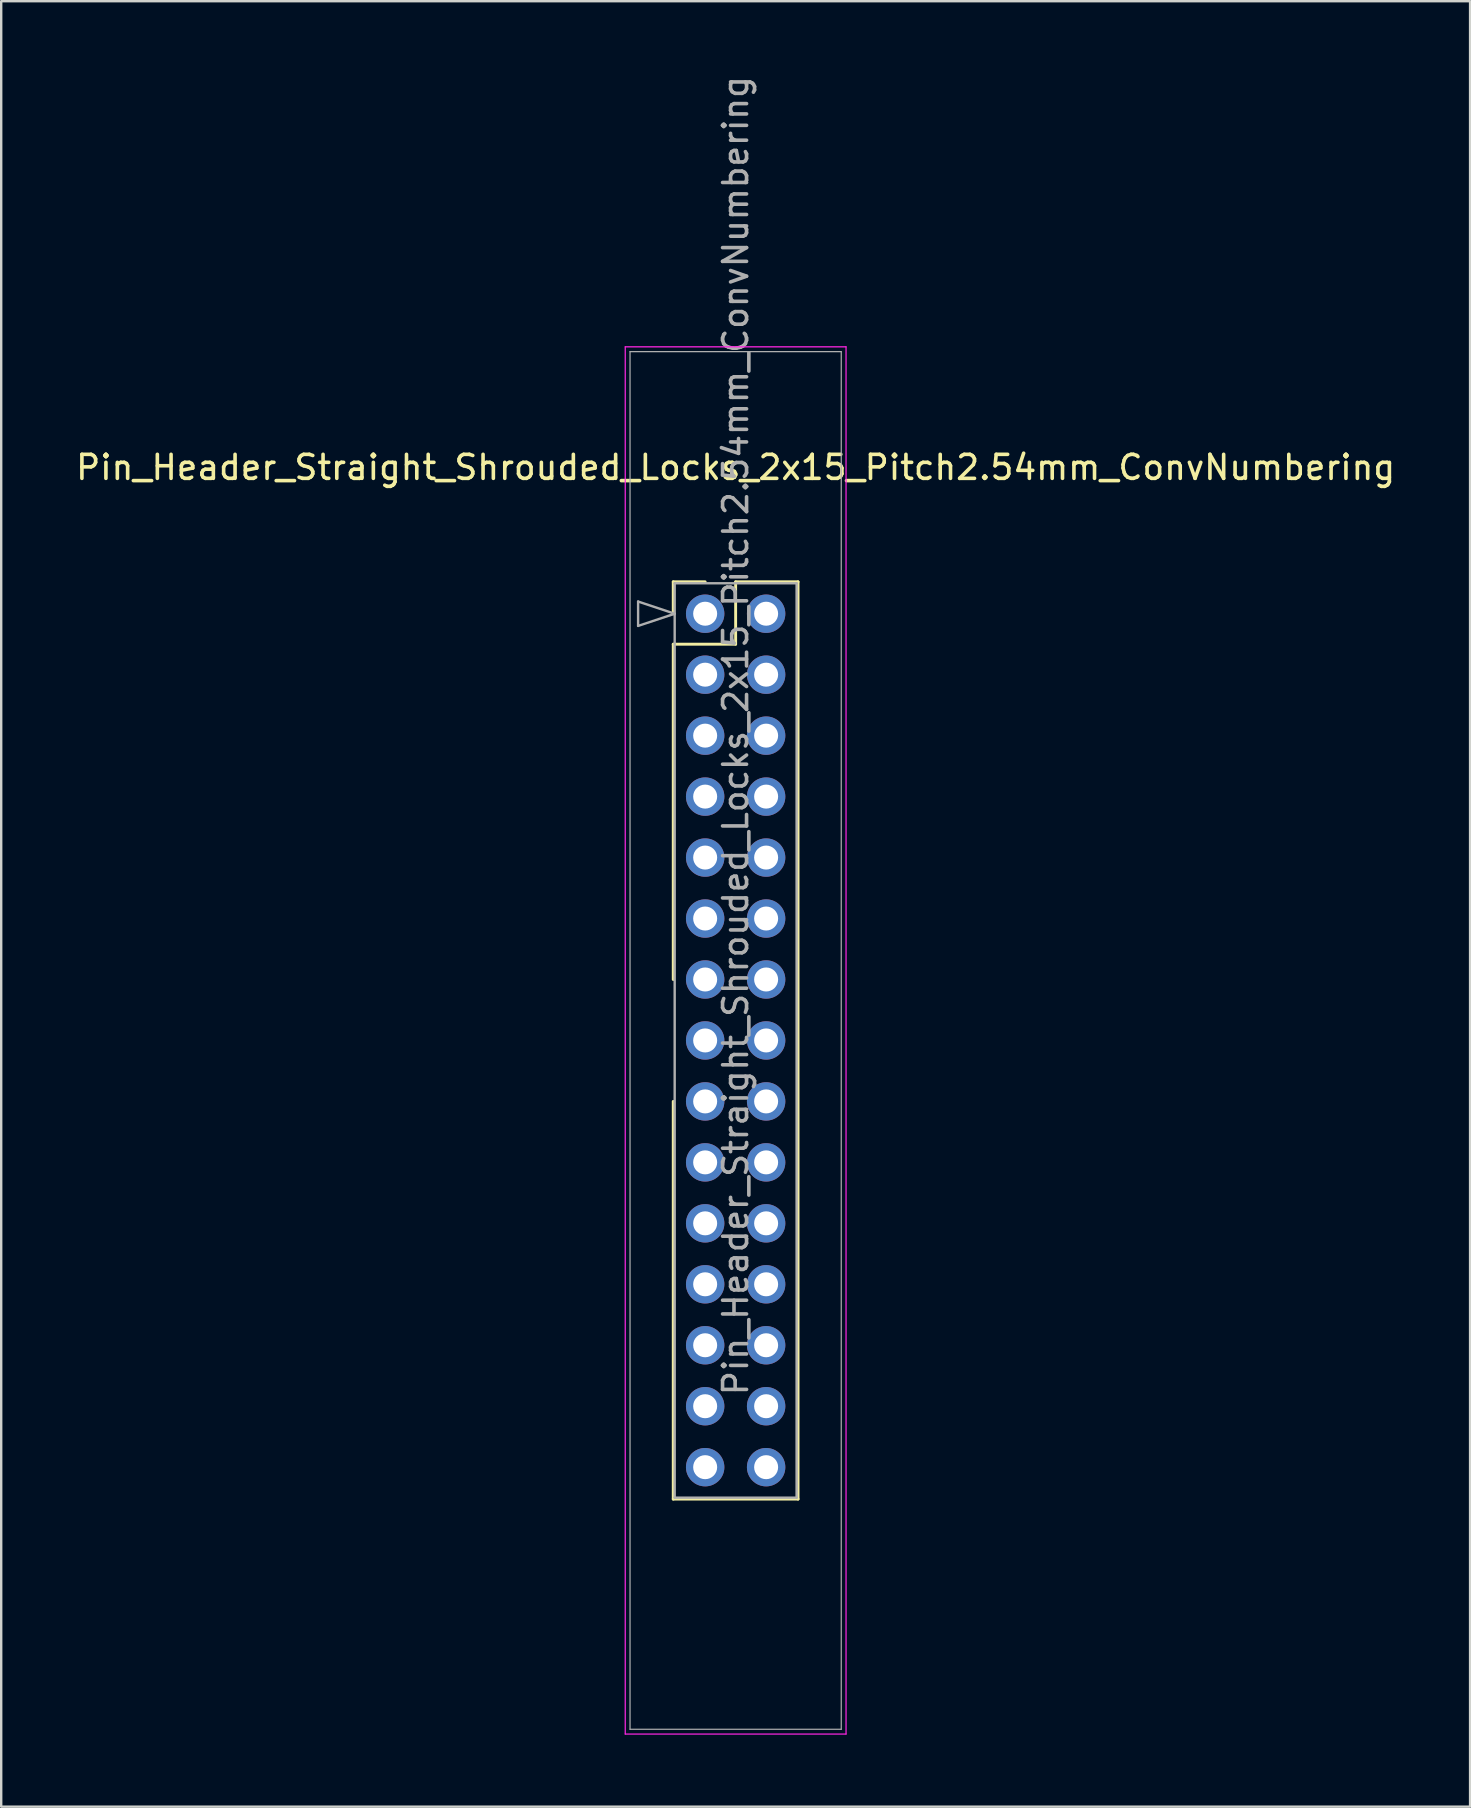
<source format=kicad_pcb>
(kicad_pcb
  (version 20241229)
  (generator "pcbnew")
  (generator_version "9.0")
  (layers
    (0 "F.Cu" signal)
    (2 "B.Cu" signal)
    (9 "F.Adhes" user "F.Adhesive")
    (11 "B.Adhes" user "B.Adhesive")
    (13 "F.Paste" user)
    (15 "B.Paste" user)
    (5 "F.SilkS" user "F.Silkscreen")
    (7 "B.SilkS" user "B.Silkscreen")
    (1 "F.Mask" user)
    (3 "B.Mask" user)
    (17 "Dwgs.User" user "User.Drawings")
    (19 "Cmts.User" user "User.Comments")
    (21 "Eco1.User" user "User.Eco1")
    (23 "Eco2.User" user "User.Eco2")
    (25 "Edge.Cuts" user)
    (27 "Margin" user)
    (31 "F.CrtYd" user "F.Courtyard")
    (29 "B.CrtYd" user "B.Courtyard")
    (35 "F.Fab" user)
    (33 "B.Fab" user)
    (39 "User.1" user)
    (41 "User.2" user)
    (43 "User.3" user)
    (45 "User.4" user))
  (footprint "Pin_Header_Straight_Shrouded_Locks_2x15_Pitch2.54mm_ConvNumbering"
    (layer "F.Cu")
    (at 26.331 22.521)
    (property "Reference" "Pin_Header_Straight_Shrouded_Locks_2x15_Pitch2.54mm_ConvNumbering" (at 1.27 -6.096 0) (layer "F.SilkS") (effects (font (size 1 1) (thickness 0.15))))
    (attr through_hole)
    (fp_line (start -1.33 -1.33) (end 0 -1.33) (stroke (width 0.12) (type solid)) (layer "F.SilkS"))
    (fp_line (start -1.33 0) (end -1.33 -1.33) (stroke (width 0.12) (type solid)) (layer "F.SilkS"))
    (fp_line (start -1.33 1.27) (end -1.33 15.24) (stroke (width 0.12) (type solid)) (layer "F.SilkS"))
    (fp_line (start -1.33 1.27) (end 1.27 1.27) (stroke (width 0.12) (type solid)) (layer "F.SilkS"))
    (fp_line (start -1.33 20.32) (end -1.33 36.89) (stroke (width 0.12) (type solid)) (layer "F.SilkS"))
    (fp_line (start -1.33 36.89) (end 3.87 36.89) (stroke (width 0.12) (type solid)) (layer "F.SilkS"))
    (fp_line (start 1.27 -1.33) (end 3.87 -1.33) (stroke (width 0.12) (type solid)) (layer "F.SilkS"))
    (fp_line (start 1.27 1.27) (end 1.27 -1.33) (stroke (width 0.12) (type solid)) (layer "F.SilkS"))
    (fp_line (start 3.87 -1.33) (end 3.87 36.89) (stroke (width 0.12) (type solid)) (layer "F.SilkS"))
    (fp_line (start -3.33 -11.12) (end -3.33 46.68) (stroke (width 0.05) (type solid)) (layer "F.CrtYd"))
    (fp_line (start -3.33 46.68) (end 5.87 46.68) (stroke (width 0.05) (type solid)) (layer "F.CrtYd"))
    (fp_line (start 5.87 -11.12) (end -3.33 -11.12) (stroke (width 0.05) (type solid)) (layer "F.CrtYd"))
    (fp_line (start 5.87 46.68) (end 5.87 -11.12) (stroke (width 0.05) (type solid)) (layer "F.CrtYd"))
    (fp_line (start -3.13 -10.92) (end -3.13 46.48) (stroke (width 0.05) (type solid)) (layer "F.Fab"))
    (fp_line (start -3.13 46.48) (end 5.67 46.48) (stroke (width 0.05) (type solid)) (layer "F.Fab"))
    (fp_line (start -2.794 -0.508) (end -1.27 0) (stroke (width 0.1) (type solid)) (layer "F.Fab"))
    (fp_line (start -2.794 0.508) (end -2.794 -0.508) (stroke (width 0.1) (type solid)) (layer "F.Fab"))
    (fp_line (start -1.27 -1.27) (end -1.27 36.83) (stroke (width 0.1) (type solid)) (layer "F.Fab"))
    (fp_line (start -1.27 0) (end -2.794 0.508) (stroke (width 0.1) (type solid)) (layer "F.Fab"))
    (fp_line (start -1.27 36.83) (end 3.81 36.83) (stroke (width 0.1) (type solid)) (layer "F.Fab"))
    (fp_line (start 3.81 -1.27) (end -1.27 -1.27) (stroke (width 0.1) (type solid)) (layer "F.Fab"))
    (fp_line (start 3.81 36.83) (end 3.81 -1.27) (stroke (width 0.1) (type solid)) (layer "F.Fab"))
    (fp_line (start 5.67 -10.92) (end -3.13 -10.92) (stroke (width 0.05) (type solid)) (layer "F.Fab"))
    (fp_line (start 5.67 46.48) (end 5.67 -10.92) (stroke (width 0.05) (type solid)) (layer "F.Fab"))
    (fp_text user "${REFERENCE}" (at 1.27 5.08 90) (layer "F.Fab") (effects (font (size 1 1) (thickness 0.15))))
    (pad "1" thru_hole oval (at 0 0) (size 1.6 1.6) (drill 1) (layers "*.Cu" "*.Mask"))
    (pad "2" thru_hole oval (at 2.54 0) (size 1.6 1.6) (drill 1) (layers "*.Cu" "*.Mask"))
    (pad "3" thru_hole oval (at 0 2.54) (size 1.6 1.6) (drill 1) (layers "*.Cu" "*.Mask"))
    (pad "4" thru_hole oval (at 2.54 2.54) (size 1.6 1.6) (drill 1) (layers "*.Cu" "*.Mask"))
    (pad "5" thru_hole oval (at 0 5.08) (size 1.6 1.6) (drill 1) (layers "*.Cu" "*.Mask"))
    (pad "6" thru_hole oval (at 2.54 5.08) (size 1.6 1.6) (drill 1) (layers "*.Cu" "*.Mask"))
    (pad "7" thru_hole oval (at 0 7.62) (size 1.6 1.6) (drill 1) (layers "*.Cu" "*.Mask"))
    (pad "8" thru_hole oval (at 2.54 7.62) (size 1.6 1.6) (drill 1) (layers "*.Cu" "*.Mask"))
    (pad "9" thru_hole oval (at 0 10.16) (size 1.6 1.6) (drill 1) (layers "*.Cu" "*.Mask"))
    (pad "10" thru_hole oval (at 2.54 10.16) (size 1.6 1.6) (drill 1) (layers "*.Cu" "*.Mask"))
    (pad "11" thru_hole oval (at 0 12.7) (size 1.6 1.6) (drill 1) (layers "*.Cu" "*.Mask"))
    (pad "12" thru_hole oval (at 2.54 12.7) (size 1.6 1.6) (drill 1) (layers "*.Cu" "*.Mask"))
    (pad "13" thru_hole oval (at 0 15.24) (size 1.6 1.6) (drill 1) (layers "*.Cu" "*.Mask"))
    (pad "14" thru_hole oval (at 2.54 15.24) (size 1.6 1.6) (drill 1) (layers "*.Cu" "*.Mask"))
    (pad "15" thru_hole oval (at 0 17.78) (size 1.6 1.6) (drill 1) (layers "*.Cu" "*.Mask"))
    (pad "16" thru_hole oval (at 2.54 17.78) (size 1.6 1.6) (drill 1) (layers "*.Cu" "*.Mask"))
    (pad "17" thru_hole oval (at 0 20.32) (size 1.6 1.6) (drill 1) (layers "*.Cu" "*.Mask"))
    (pad "18" thru_hole oval (at 2.54 20.32) (size 1.6 1.6) (drill 1) (layers "*.Cu" "*.Mask"))
    (pad "19" thru_hole oval (at 0 22.86) (size 1.6 1.6) (drill 1) (layers "*.Cu" "*.Mask"))
    (pad "20" thru_hole oval (at 2.54 22.86) (size 1.6 1.6) (drill 1) (layers "*.Cu" "*.Mask"))
    (pad "21" thru_hole oval (at 0 25.4) (size 1.6 1.6) (drill 1) (layers "*.Cu" "*.Mask"))
    (pad "22" thru_hole oval (at 2.54 25.4) (size 1.6 1.6) (drill 1) (layers "*.Cu" "*.Mask"))
    (pad "23" thru_hole oval (at 0 27.94) (size 1.6 1.6) (drill 1) (layers "*.Cu" "*.Mask"))
    (pad "24" thru_hole oval (at 2.54 27.94) (size 1.6 1.6) (drill 1) (layers "*.Cu" "*.Mask"))
    (pad "25" thru_hole oval (at 0 30.48) (size 1.6 1.6) (drill 1) (layers "*.Cu" "*.Mask"))
    (pad "26" thru_hole oval (at 2.54 30.48) (size 1.6 1.6) (drill 1) (layers "*.Cu" "*.Mask"))
    (pad "27" thru_hole oval (at 0 33.02) (size 1.6 1.6) (drill 1) (layers "*.Cu" "*.Mask"))
    (pad "28" thru_hole oval (at 2.54 33.02) (size 1.6 1.6) (drill 1) (layers "*.Cu" "*.Mask"))
    (pad "29" thru_hole oval (at 0 35.56) (size 1.6 1.6) (drill 1) (layers "*.Cu" "*.Mask"))
    (pad "30" thru_hole oval (at 2.54 35.56) (size 1.6 1.6) (drill 1) (layers "*.Cu" "*.Mask")))
  (gr_rect
    (start -3 -3)
    (end 58.202 72.226)
    (stroke (width 0.1) (type default))
    (fill no)
    (layer "Edge.Cuts")))
</source>
